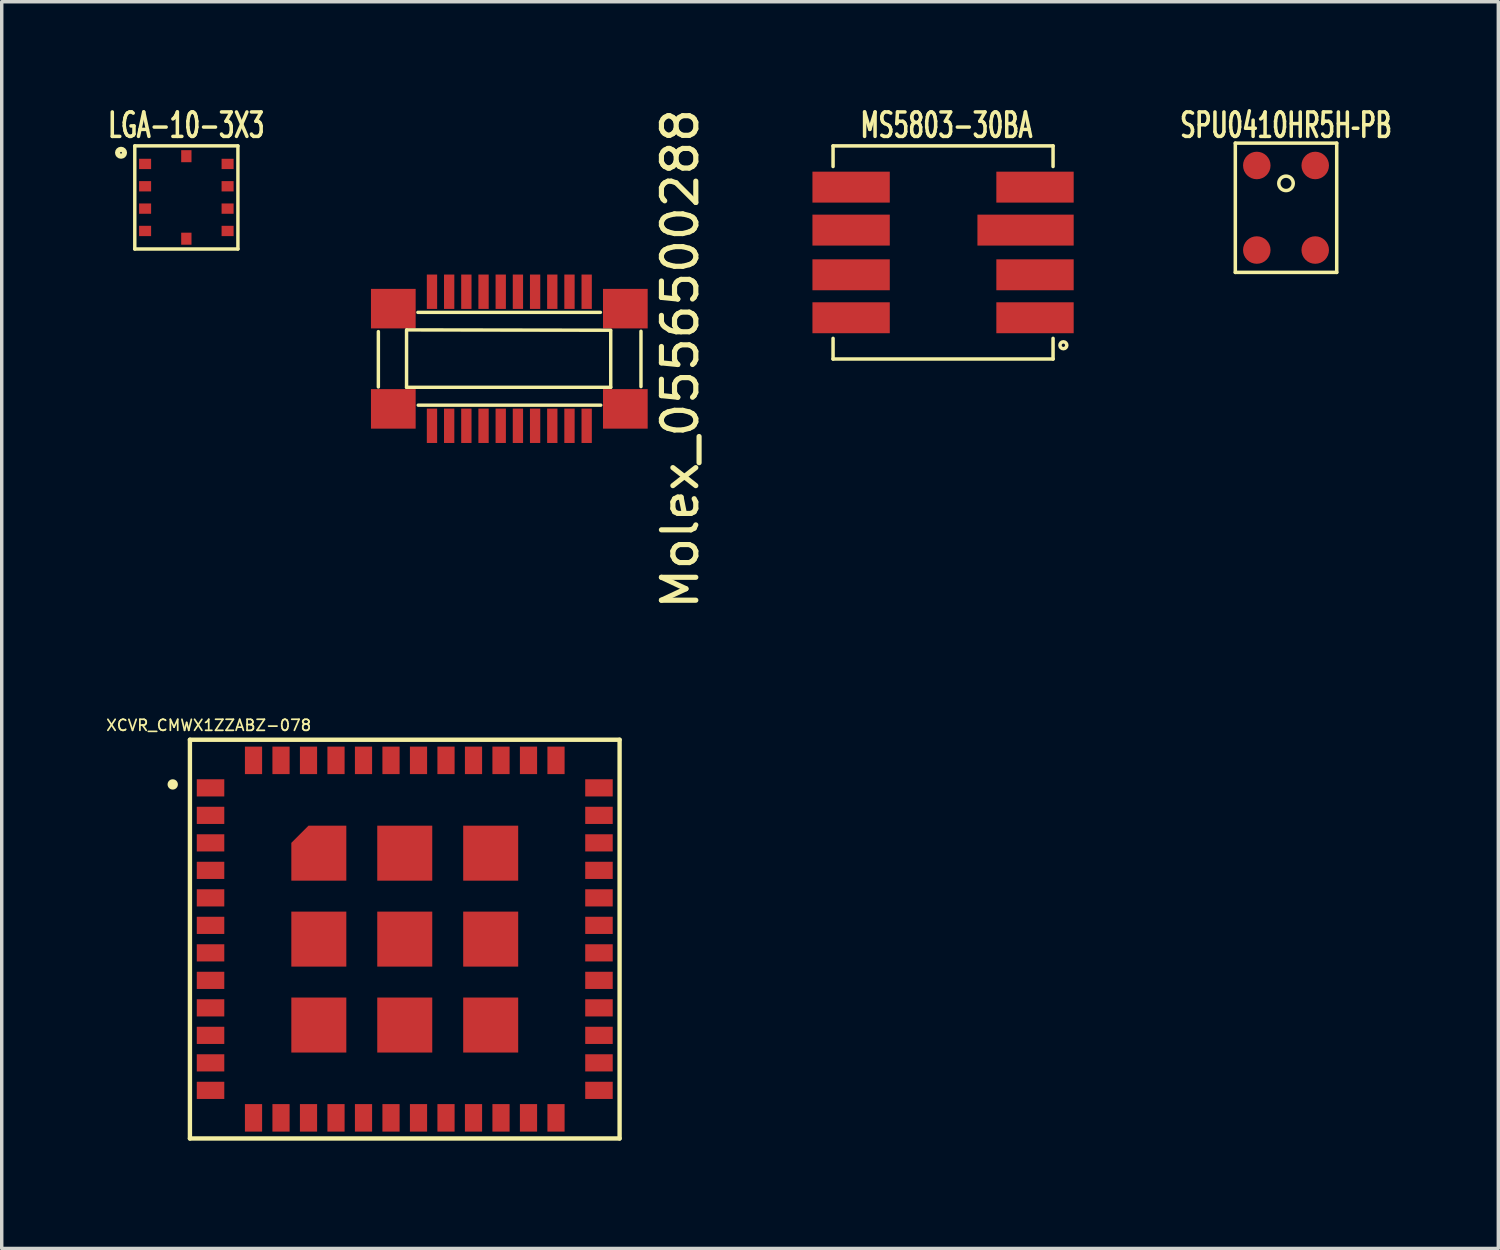
<source format=kicad_pcb>
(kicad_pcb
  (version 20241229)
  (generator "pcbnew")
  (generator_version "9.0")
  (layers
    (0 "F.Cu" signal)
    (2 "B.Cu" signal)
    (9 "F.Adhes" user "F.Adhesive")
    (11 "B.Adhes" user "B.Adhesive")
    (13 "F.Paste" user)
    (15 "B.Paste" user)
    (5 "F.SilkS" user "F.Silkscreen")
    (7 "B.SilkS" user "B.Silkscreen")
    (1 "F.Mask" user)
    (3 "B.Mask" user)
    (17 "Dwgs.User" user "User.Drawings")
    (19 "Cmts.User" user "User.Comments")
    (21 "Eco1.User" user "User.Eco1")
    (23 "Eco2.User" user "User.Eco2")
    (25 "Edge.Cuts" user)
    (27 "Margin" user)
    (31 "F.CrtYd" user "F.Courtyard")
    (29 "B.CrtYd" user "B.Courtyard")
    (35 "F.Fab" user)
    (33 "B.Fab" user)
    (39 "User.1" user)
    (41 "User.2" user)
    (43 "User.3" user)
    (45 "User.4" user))
  (footprint "LGA-10-3X3"
    (layer "F.Cu")
    (at 2.371 2.694)
    (property "Reference" "LGA-10-3X3" (at 0 -2.1 0) (layer "F.SilkS") (effects (font (size 0.711 0.457) (thickness 0.102))))
    (attr through_hole)
    (fp_line (start -1.5 -1.5) (end 1.5 -1.5) (stroke (width 0.1) (type solid)) (layer "F.SilkS"))
    (fp_line (start -1.5 1.5) (end -1.5 -1.5) (stroke (width 0.1) (type solid)) (layer "F.SilkS"))
    (fp_line (start -1.5 1.5) (end 1.5 1.5) (stroke (width 0.1) (type solid)) (layer "F.SilkS"))
    (fp_line (start 1.5 -1.5) (end 1.5 1.5) (stroke (width 0.1) (type solid)) (layer "F.SilkS"))
    (fp_circle (center -1.9 -1.3) (end -1.8 -1.3) (stroke (width 0.15) (type solid)) (fill no) (layer "F.SilkS"))
    (pad "1" smd rect (at -1.2 -0.975) (size 0.35 0.3) (layers "F.Cu" "F.Mask" "F.Paste"))
    (pad "2" smd rect (at -1.2 -0.325) (size 0.35 0.3) (layers "F.Cu" "F.Mask" "F.Paste"))
    (pad "3" smd rect (at -1.2 0.325) (size 0.35 0.3) (layers "F.Cu" "F.Mask" "F.Paste"))
    (pad "4" smd rect (at -1.2 0.975) (size 0.35 0.3) (layers "F.Cu" "F.Mask" "F.Paste"))
    (pad "5" smd rect (at 0 1.2 90) (size 0.35 0.3) (layers "F.Cu" "F.Mask" "F.Paste"))
    (pad "6" smd rect (at 1.2 0.975 180) (size 0.35 0.3) (layers "F.Cu" "F.Mask" "F.Paste"))
    (pad "7" smd rect (at 1.2 0.325 180) (size 0.35 0.3) (layers "F.Cu" "F.Mask" "F.Paste"))
    (pad "8" smd rect (at 1.2 -0.325 180) (size 0.35 0.3) (layers "F.Cu" "F.Mask" "F.Paste"))
    (pad "9" smd rect (at 1.2 -0.975 180) (size 0.35 0.3) (layers "F.Cu" "F.Mask" "F.Paste"))
    (pad "10" smd rect (at 0 -1.2 270) (size 0.35 0.3) (layers "F.Cu" "F.Mask" "F.Paste")))
  (footprint "Molex_0556500288"
    (layer "F.Cu")
    (at 11.767 7.387)
    (property "Reference" "Molex_0556500288" (at 4.97 0 90) (layer "F.SilkS") (effects (font (size 1 1) (thickness 0.15))))
    (attr through_hole)
    (fp_line (start -3.81 -0.79) (end -3.81 0.82) (stroke (width 0.1) (type solid)) (layer "F.SilkS"))
    (fp_line (start -2.99 -0.84) (end -2.99 0.83) (stroke (width 0.1) (type solid)) (layer "F.SilkS"))
    (fp_line (start -2.99 0.83) (end 2.95 0.83) (stroke (width 0.1) (type solid)) (layer "F.SilkS"))
    (fp_line (start -2.66 -1.35) (end 2.65 -1.35) (stroke (width 0.1) (type solid)) (layer "F.SilkS"))
    (fp_line (start -2.65 1.35) (end 2.66 1.35) (stroke (width 0.1) (type solid)) (layer "F.SilkS"))
    (fp_line (start 2.95 -0.83) (end -2.98 -0.84) (stroke (width 0.1) (type solid)) (layer "F.SilkS"))
    (fp_line (start 2.95 0.83) (end 2.95 -0.8) (stroke (width 0.1) (type solid)) (layer "F.SilkS"))
    (fp_line (start 3.83 -0.8) (end 3.83 0.81) (stroke (width 0.1) (type solid)) (layer "F.SilkS"))
    (pad "1" smd rect (at -2.25 1.95) (size 0.3 1) (layers "F.Cu" "F.Mask" "F.Paste"))
    (pad "2" smd rect (at -2.25 -1.95) (size 0.3 1) (layers "F.Cu" "F.Mask" "F.Paste"))
    (pad "3" smd rect (at -1.75 1.95) (size 0.3 1) (layers "F.Cu" "F.Mask" "F.Paste"))
    (pad "4" smd rect (at -1.75 -1.95) (size 0.3 1) (layers "F.Cu" "F.Mask" "F.Paste"))
    (pad "5" smd rect (at -1.25 1.95) (size 0.3 1) (layers "F.Cu" "F.Mask" "F.Paste"))
    (pad "6" smd rect (at -1.25 -1.95) (size 0.3 1) (layers "F.Cu" "F.Mask" "F.Paste"))
    (pad "7" smd rect (at -0.75 1.95) (size 0.3 1) (layers "F.Cu" "F.Mask" "F.Paste"))
    (pad "8" smd rect (at -0.75 -1.95) (size 0.3 1) (layers "F.Cu" "F.Mask" "F.Paste"))
    (pad "9" smd rect (at -0.25 1.95) (size 0.3 1) (layers "F.Cu" "F.Mask" "F.Paste"))
    (pad "10" smd rect (at -0.25 -1.95) (size 0.3 1) (layers "F.Cu" "F.Mask" "F.Paste"))
    (pad "11" smd rect (at 0.25 1.95) (size 0.3 1) (layers "F.Cu" "F.Mask" "F.Paste"))
    (pad "12" smd rect (at 0.25 -1.95) (size 0.3 1) (layers "F.Cu" "F.Mask" "F.Paste"))
    (pad "13" smd rect (at 0.75 1.95) (size 0.3 1) (layers "F.Cu" "F.Mask" "F.Paste"))
    (pad "14" smd rect (at 0.75 -1.95) (size 0.3 1) (layers "F.Cu" "F.Mask" "F.Paste"))
    (pad "15" smd rect (at 1.25 1.95) (size 0.3 1) (layers "F.Cu" "F.Mask" "F.Paste"))
    (pad "16" smd rect (at 1.25 -1.95) (size 0.3 1) (layers "F.Cu" "F.Mask" "F.Paste"))
    (pad "17" smd rect (at 1.75 1.95) (size 0.3 1) (layers "F.Cu" "F.Mask" "F.Paste"))
    (pad "18" smd rect (at 1.75 -1.95) (size 0.3 1) (layers "F.Cu" "F.Mask" "F.Paste"))
    (pad "19" smd rect (at 2.25 1.95) (size 0.3 1) (layers "F.Cu" "F.Mask" "F.Paste"))
    (pad "20" smd rect (at 2.25 -1.95) (size 0.3 1) (layers "F.Cu" "F.Mask" "F.Paste"))
    (pad "21" smd rect (at -3.375 -1.458) (size 1.3 1.15) (layers "F.Cu" "F.Mask" "F.Paste"))
    (pad "21" smd rect (at -3.375 1.458) (size 1.3 1.15) (layers "F.Cu" "F.Mask" "F.Paste"))
    (pad "21" smd rect (at 3.375 -1.458) (size 1.3 1.15) (layers "F.Cu" "F.Mask" "F.Paste"))
    (pad "21" smd rect (at 3.375 1.458) (size 1.3 1.15) (layers "F.Cu" "F.Mask" "F.Paste")))
  (footprint "MS5803-30BA"
    (layer "F.Cu")
    (at 24.385 4.294)
    (property "Reference" "MS5803-30BA" (at 0.1 -3.7 0) (layer "F.SilkS") (effects (font (size 0.711 0.457) (thickness 0.102))))
    (attr through_hole)
    (fp_line (start -3.2 -3.1) (end -3.2 -2.5) (stroke (width 0.102) (type solid)) (layer "F.SilkS"))
    (fp_line (start -3.2 -3.1) (end 3.2 -3.1) (stroke (width 0.102) (type solid)) (layer "F.SilkS"))
    (fp_line (start -3.2 3.1) (end -3.2 2.5) (stroke (width 0.102) (type solid)) (layer "F.SilkS"))
    (fp_line (start -3.2 3.1) (end 3.2 3.1) (stroke (width 0.102) (type solid)) (layer "F.SilkS"))
    (fp_line (start 3.2 -3.1) (end 3.2 -2.5) (stroke (width 0.102) (type solid)) (layer "F.SilkS"))
    (fp_line (start 3.2 3.1) (end 3.2 2.5) (stroke (width 0.102) (type solid)) (layer "F.SilkS"))
    (fp_circle (center 3.5 2.7) (end 3.6 2.7) (stroke (width 0.102) (type solid)) (fill no) (layer "F.SilkS"))
    (pad "1" smd rect (at 2.675 1.9) (size 2.25 0.9) (layers "F.Cu" "F.Mask" "F.Paste"))
    (pad "2" smd rect (at 2.675 0.65) (size 2.25 0.9) (layers "F.Cu" "F.Mask" "F.Paste"))
    (pad "3" smd rect (at 2.4 -0.65) (size 2.8 0.9) (layers "F.Cu" "F.Mask" "F.Paste"))
    (pad "4" smd rect (at 2.675 -1.9) (size 2.25 0.9) (layers "F.Cu" "F.Mask" "F.Paste"))
    (pad "5" smd rect (at -2.675 -1.9) (size 2.25 0.9) (layers "F.Cu" "F.Mask" "F.Paste"))
    (pad "6" smd rect (at -2.675 -0.65) (size 2.25 0.9) (layers "F.Cu" "F.Mask" "F.Paste"))
    (pad "7" smd rect (at -2.675 0.65) (size 2.25 0.9) (layers "F.Cu" "F.Mask" "F.Paste"))
    (pad "8" smd rect (at -2.675 1.9) (size 2.25 0.9) (layers "F.Cu" "F.Mask" "F.Paste")))
  (footprint "SPU0410HR5H‐PB"
    (layer "F.Cu")
    (at 34.362 2.994)
    (property "Reference" "SPU0410HR5H‐PB" (at 0 -2.4 0) (layer "F.SilkS") (effects (font (size 0.711 0.457) (thickness 0.102))))
    (attr through_hole)
    (fp_line (start -1.475 -1.88) (end -1.475 1.88) (stroke (width 0.102) (type solid)) (layer "F.SilkS"))
    (fp_line (start -1.475 1.88) (end 1.475 1.88) (stroke (width 0.102) (type solid)) (layer "F.SilkS"))
    (fp_line (start 1.475 -1.88) (end -1.475 -1.88) (stroke (width 0.102) (type solid)) (layer "F.SilkS"))
    (fp_line (start 1.475 1.88) (end 1.475 -1.88) (stroke (width 0.102) (type solid)) (layer "F.SilkS"))
    (fp_circle (center 0 -0.71) (end 0 -0.5) (stroke (width 0.102) (type solid)) (fill no) (layer "F.SilkS"))
    (pad "1" smd circle (at 0.85 -1.23) (size 0.8 0.8) (layers "F.Cu" "F.Mask" "F.Paste"))
    (pad "2" smd circle (at 0.85 1.23) (size 0.8 0.8) (layers "F.Cu" "F.Mask" "F.Paste"))
    (pad "3" smd circle (at -0.85 1.23) (size 0.8 0.8) (layers "F.Cu" "F.Mask" "F.Paste"))
    (pad "4" smd circle (at -0.85 -1.23) (size 0.8 0.8) (layers "F.Cu" "F.Mask" "F.Paste")))
  (footprint "XCVR_CMWX1ZZABZ-078"
    (layer "F.Cu")
    (at 8.725 24.27)
    (property "Reference" "XCVR_CMWX1ZZABZ-078" (at -5.703 -6.22 0) (layer "F.SilkS") (effects (font (size 0.321 0.321) (thickness 0.05))))
    (attr smd)
    (fp_poly (pts (xy -1.225 -1.65) (xy -0.975 -1.65) (xy 0.975 -1.65) (xy 1.225 -1.65)) (stroke (width 0) (type solid)) (fill yes) (layer "F.Cu"))
    (fp_poly (pts (xy -1.7 -1.7) (xy -1.7 -3.3) (xy -2.8 -3.3) (xy -3.3 -2.8) (xy -3.3 -1.7)) (stroke (width 0) (type solid)) (fill yes) (layer "F.Cu"))
    (fp_poly (pts (xy -1.225 -1.65) (xy -0.975 -1.65) (xy 0.975 -1.65) (xy 1.225 -1.65)) (stroke (width 0) (type solid)) (fill yes) (layer "F.Mask"))
    (fp_poly (pts (xy -3.4 -1.6) (xy -1.6 -1.6) (xy -1.6 -3.4) (xy -2.9 -3.4) (xy -3.4 -2.9)) (stroke (width 0) (type solid)) (fill yes) (layer "F.Mask"))
    (fp_line (start -6.25 -5.8) (end -6.25 5.8) (stroke (width 0.127) (type solid)) (layer "F.SilkS"))
    (fp_line (start 6.25 -5.8) (end -6.25 -5.8) (stroke (width 0.127) (type solid)) (layer "F.SilkS"))
    (fp_line (start 6.25 5.8) (end -6.25 5.8) (stroke (width 0.127) (type solid)) (layer "F.SilkS"))
    (fp_line (start 6.25 5.8) (end 6.25 -5.8) (stroke (width 0.127) (type solid)) (layer "F.SilkS"))
    (fp_circle (center -6.75 -4.5) (end -6.6 -4.5) (stroke (width 0) (type solid)) (fill yes) (layer "F.SilkS"))
    (fp_poly (pts (xy -1.7 -1.7) (xy -1.7 -3.3) (xy -2.8 -3.3) (xy -3.3 -2.8) (xy -3.3 -1.7)) (stroke (width 0) (type solid)) (fill yes) (layer "F.Paste"))
    (fp_line (start -6.5 -5.975) (end 6.5 -5.975) (stroke (width 0.05) (type solid)) (layer "Eco1.User"))
    (fp_line (start -6.5 5.975) (end -6.5 -5.975) (stroke (width 0.05) (type solid)) (layer "Eco1.User"))
    (fp_line (start 6.5 -5.975) (end 6.5 5.975) (stroke (width 0.05) (type solid)) (layer "Eco1.User"))
    (fp_line (start 6.5 5.975) (end -6.5 5.975) (stroke (width 0.05) (type solid)) (layer "Eco1.User"))
    (pad "1" smd rect (at -5.65 -4.4) (size 0.8 0.5) (layers "F.Cu" "F.Mask" "F.Paste"))
    (pad "2" smd rect (at -5.65 -3.6) (size 0.8 0.5) (layers "F.Cu" "F.Mask" "F.Paste"))
    (pad "3" smd rect (at -5.65 -2.8) (size 0.8 0.5) (layers "F.Cu" "F.Mask" "F.Paste"))
    (pad "4" smd rect (at -5.65 -2) (size 0.8 0.5) (layers "F.Cu" "F.Mask" "F.Paste"))
    (pad "5" smd rect (at -5.65 -1.2) (size 0.8 0.5) (layers "F.Cu" "F.Mask" "F.Paste"))
    (pad "6" smd rect (at -5.65 -0.4) (size 0.8 0.5) (layers "F.Cu" "F.Mask" "F.Paste"))
    (pad "7" smd rect (at -5.65 0.4) (size 0.8 0.5) (layers "F.Cu" "F.Mask" "F.Paste"))
    (pad "8" smd rect (at -5.65 1.2) (size 0.8 0.5) (layers "F.Cu" "F.Mask" "F.Paste"))
    (pad "9" smd rect (at -5.65 2) (size 0.8 0.5) (layers "F.Cu" "F.Mask" "F.Paste"))
    (pad "10" smd rect (at -5.65 2.8) (size 0.8 0.5) (layers "F.Cu" "F.Mask" "F.Paste"))
    (pad "11" smd rect (at -5.65 3.6) (size 0.8 0.5) (layers "F.Cu" "F.Mask" "F.Paste"))
    (pad "12" smd rect (at -5.65 4.4) (size 0.8 0.5) (layers "F.Cu" "F.Mask" "F.Paste"))
    (pad "13" smd rect (at -4.4 5.2 90) (size 0.8 0.5) (layers "F.Cu" "F.Mask" "F.Paste"))
    (pad "14" smd rect (at -3.6 5.2 90) (size 0.8 0.5) (layers "F.Cu" "F.Mask" "F.Paste"))
    (pad "15" smd rect (at -2.8 5.2 90) (size 0.8 0.5) (layers "F.Cu" "F.Mask" "F.Paste"))
    (pad "16" smd rect (at -2 5.2 90) (size 0.8 0.5) (layers "F.Cu" "F.Mask" "F.Paste"))
    (pad "17" smd rect (at -1.2 5.2 90) (size 0.8 0.5) (layers "F.Cu" "F.Mask" "F.Paste"))
    (pad "18" smd rect (at -0.4 5.2 90) (size 0.8 0.5) (layers "F.Cu" "F.Mask" "F.Paste"))
    (pad "19" smd rect (at 0.4 5.2 90) (size 0.8 0.5) (layers "F.Cu" "F.Mask" "F.Paste"))
    (pad "20" smd rect (at 1.2 5.2 90) (size 0.8 0.5) (layers "F.Cu" "F.Mask" "F.Paste"))
    (pad "21" smd rect (at 2 5.2 90) (size 0.8 0.5) (layers "F.Cu" "F.Mask" "F.Paste"))
    (pad "22" smd rect (at 2.8 5.2 90) (size 0.8 0.5) (layers "F.Cu" "F.Mask" "F.Paste"))
    (pad "23" smd rect (at 3.6 5.2 90) (size 0.8 0.5) (layers "F.Cu" "F.Mask" "F.Paste"))
    (pad "24" smd rect (at 4.4 5.2 90) (size 0.8 0.5) (layers "F.Cu" "F.Mask" "F.Paste"))
    (pad "25" smd rect (at 5.65 4.4 180) (size 0.8 0.5) (layers "F.Cu" "F.Mask" "F.Paste"))
    (pad "26" smd rect (at 5.65 3.6 180) (size 0.8 0.5) (layers "F.Cu" "F.Mask" "F.Paste"))
    (pad "27" smd rect (at 5.65 2.8 180) (size 0.8 0.5) (layers "F.Cu" "F.Mask" "F.Paste"))
    (pad "28" smd rect (at 5.65 2 180) (size 0.8 0.5) (layers "F.Cu" "F.Mask" "F.Paste"))
    (pad "29" smd rect (at 5.65 1.2 180) (size 0.8 0.5) (layers "F.Cu" "F.Mask" "F.Paste"))
    (pad "30" smd rect (at 5.65 0.4 180) (size 0.8 0.5) (layers "F.Cu" "F.Mask" "F.Paste"))
    (pad "31" smd rect (at 5.65 -0.4 180) (size 0.8 0.5) (layers "F.Cu" "F.Mask" "F.Paste"))
    (pad "32" smd rect (at 5.65 -1.2 180) (size 0.8 0.5) (layers "F.Cu" "F.Mask" "F.Paste"))
    (pad "33" smd rect (at 5.65 -2 180) (size 0.8 0.5) (layers "F.Cu" "F.Mask" "F.Paste"))
    (pad "34" smd rect (at 5.65 -2.8 180) (size 0.8 0.5) (layers "F.Cu" "F.Mask" "F.Paste"))
    (pad "35" smd rect (at 5.65 -3.6 180) (size 0.8 0.5) (layers "F.Cu" "F.Mask" "F.Paste"))
    (pad "36" smd rect (at 5.65 -4.4 180) (size 0.8 0.5) (layers "F.Cu" "F.Mask" "F.Paste"))
    (pad "37" smd rect (at 4.4 -5.2 270) (size 0.8 0.5) (layers "F.Cu" "F.Mask" "F.Paste"))
    (pad "38" smd rect (at 3.6 -5.2 270) (size 0.8 0.5) (layers "F.Cu" "F.Mask" "F.Paste"))
    (pad "39" smd rect (at 2.8 -5.2 270) (size 0.8 0.5) (layers "F.Cu" "F.Mask" "F.Paste"))
    (pad "40" smd rect (at 2 -5.2 270) (size 0.8 0.5) (layers "F.Cu" "F.Mask" "F.Paste"))
    (pad "41" smd rect (at 1.2 -5.2 270) (size 0.8 0.5) (layers "F.Cu" "F.Mask" "F.Paste"))
    (pad "42" smd rect (at 0.4 -5.2 270) (size 0.8 0.5) (layers "F.Cu" "F.Mask" "F.Paste"))
    (pad "43" smd rect (at -0.4 -5.2 270) (size 0.8 0.5) (layers "F.Cu" "F.Mask" "F.Paste"))
    (pad "44" smd rect (at -1.2 -5.2 270) (size 0.8 0.5) (layers "F.Cu" "F.Mask" "F.Paste"))
    (pad "45" smd rect (at -2 -5.2 270) (size 0.8 0.5) (layers "F.Cu" "F.Mask" "F.Paste"))
    (pad "46" smd rect (at -2.8 -5.2 270) (size 0.8 0.5) (layers "F.Cu" "F.Mask" "F.Paste"))
    (pad "47" smd rect (at -3.6 -5.2 270) (size 0.8 0.5) (layers "F.Cu" "F.Mask" "F.Paste"))
    (pad "48" smd rect (at -4.4 -5.2 270) (size 0.8 0.5) (layers "F.Cu" "F.Mask" "F.Paste"))
    (pad "49" smd rect (at -2.5 -2.5) (size 1 1) (layers "F.Cu" "F.Mask" "F.Paste"))
    (pad "50" smd rect (at 0 -2.5) (size 1.6 1.6) (layers "F.Cu" "F.Mask" "F.Paste"))
    (pad "51" smd rect (at 2.5 -2.5) (size 1.6 1.6) (layers "F.Cu" "F.Mask" "F.Paste"))
    (pad "52" smd rect (at -2.5 0) (size 1.6 1.6) (layers "F.Cu" "F.Mask" "F.Paste"))
    (pad "53" smd rect (at 0 0) (size 1.6 1.6) (layers "F.Cu" "F.Mask" "F.Paste"))
    (pad "54" smd rect (at 2.5 0) (size 1.6 1.6) (layers "F.Cu" "F.Mask" "F.Paste"))
    (pad "55" smd rect (at -2.5 2.5) (size 1.6 1.6) (layers "F.Cu" "F.Mask" "F.Paste"))
    (pad "56" smd rect (at 0 2.5) (size 1.6 1.6) (layers "F.Cu" "F.Mask" "F.Paste"))
    (pad "57" smd rect (at 2.5 2.5) (size 1.6 1.6) (layers "F.Cu" "F.Mask" "F.Paste")))
  (gr_rect
    (start -3 -3)
    (end 40.538 33.27)
    (stroke (width 0.1) (type default))
    (fill no)
    (layer "Edge.Cuts")))
</source>
